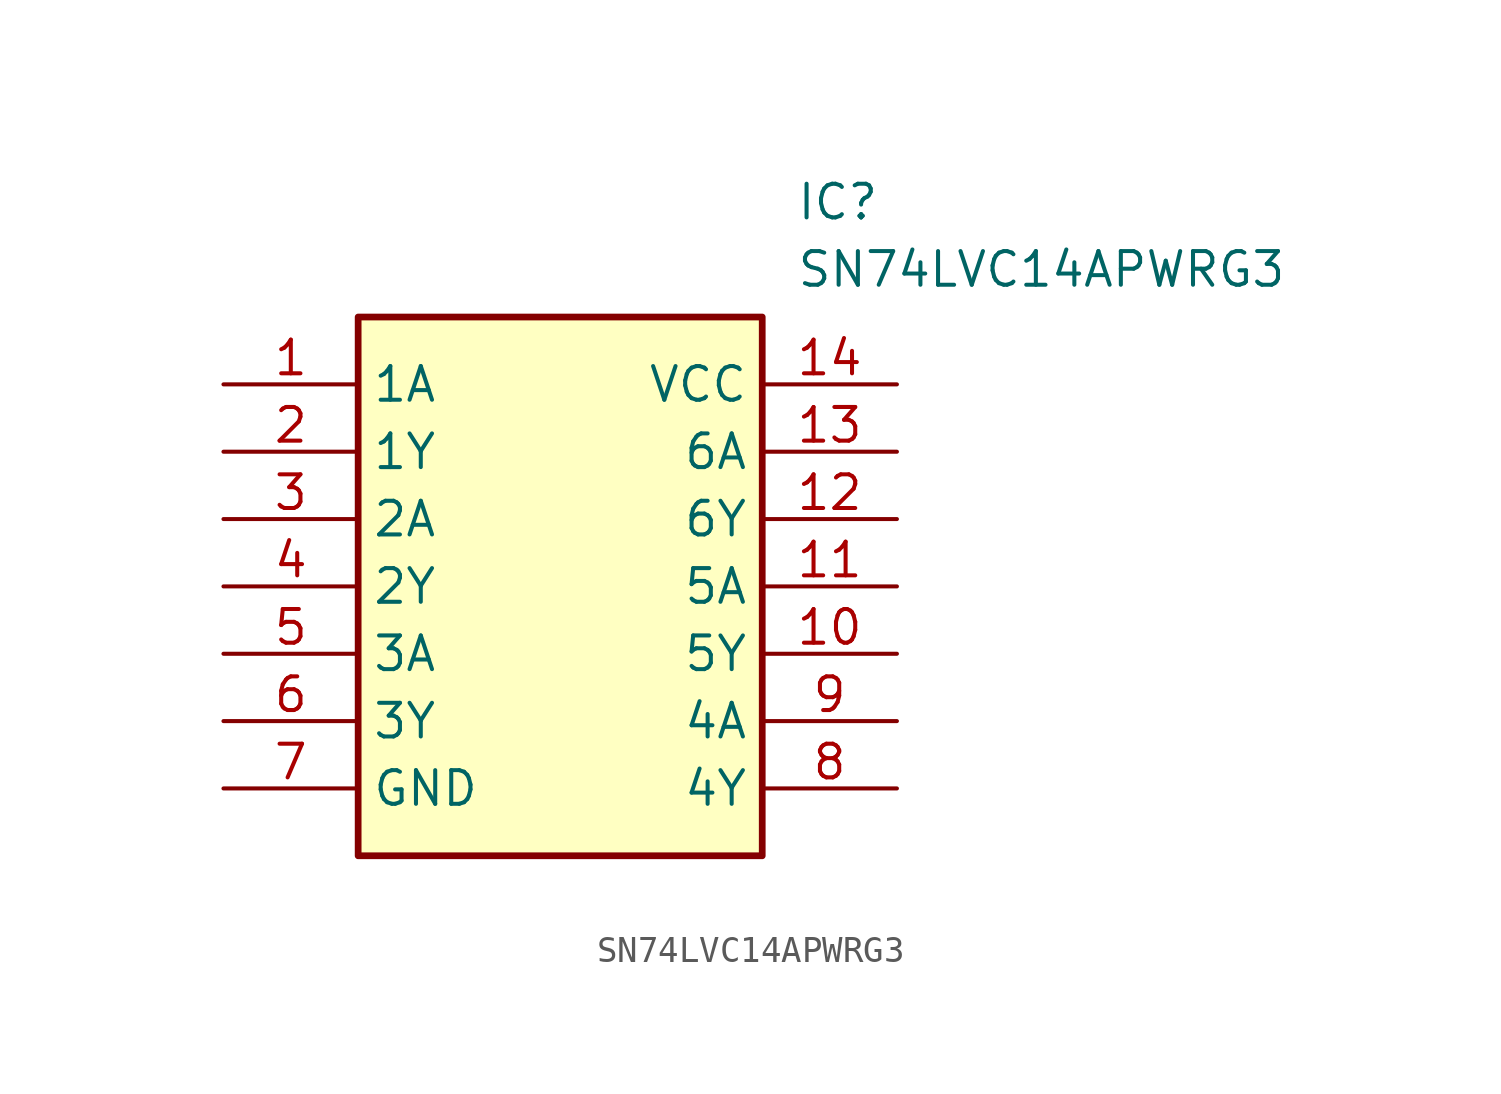
<source format=kicad_sym>
(kicad_symbol_lib
  (version 20211014)
  (generator SamacSys_ECAD_Model)
  (symbol "SN74LVC14APWRG3"
    (property "Reference" "IC"
      (at 21.59 7.62 0)
      (effects (font (size 1.27 1.27)) (justify left top)))
    (property "Value" "SN74LVC14APWRG3"
      (at 21.59 5.08 0)
      (effects (font (size 1.27 1.27)) (justify left top)))
    (rectangle
      (start 5.08 2.54)
      (end 20.32 -17.78)
      (stroke (width 0.254) (type default))
      (fill (type background)))
    (pin passive line
      (at 0 0 0)
      (length 5.08)
      (name "1A" (effects (font (size 1.27 1.27))))
      (number "1" (effects (font (size 1.27 1.27)))))
    (pin passive line
      (at 0 -2.54 0)
      (length 5.08)
      (name "1Y" (effects (font (size 1.27 1.27))))
      (number "2" (effects (font (size 1.27 1.27)))))
    (pin passive line
      (at 0 -5.08 0)
      (length 5.08)
      (name "2A" (effects (font (size 1.27 1.27))))
      (number "3" (effects (font (size 1.27 1.27)))))
    (pin passive line
      (at 0 -7.62 0)
      (length 5.08)
      (name "2Y" (effects (font (size 1.27 1.27))))
      (number "4" (effects (font (size 1.27 1.27)))))
    (pin passive line
      (at 0 -10.16 0)
      (length 5.08)
      (name "3A" (effects (font (size 1.27 1.27))))
      (number "5" (effects (font (size 1.27 1.27)))))
    (pin passive line
      (at 0 -12.7 0)
      (length 5.08)
      (name "3Y" (effects (font (size 1.27 1.27))))
      (number "6" (effects (font (size 1.27 1.27)))))
    (pin passive line
      (at 0 -15.24 0)
      (length 5.08)
      (name "GND" (effects (font (size 1.27 1.27))))
      (number "7" (effects (font (size 1.27 1.27)))))
    (pin passive line
      (at 25.4 0 180)
      (length 5.08)
      (name "VCC" (effects (font (size 1.27 1.27))))
      (number "14" (effects (font (size 1.27 1.27)))))
    (pin passive line
      (at 25.4 -2.54 180)
      (length 5.08)
      (name "6A" (effects (font (size 1.27 1.27))))
      (number "13" (effects (font (size 1.27 1.27)))))
    (pin passive line
      (at 25.4 -5.08 180)
      (length 5.08)
      (name "6Y" (effects (font (size 1.27 1.27))))
      (number "12" (effects (font (size 1.27 1.27)))))
    (pin passive line
      (at 25.4 -7.62 180)
      (length 5.08)
      (name "5A" (effects (font (size 1.27 1.27))))
      (number "11" (effects (font (size 1.27 1.27)))))
    (pin passive line
      (at 25.4 -10.16 180)
      (length 5.08)
      (name "5Y" (effects (font (size 1.27 1.27))))
      (number "10" (effects (font (size 1.27 1.27)))))
    (pin passive line
      (at 25.4 -12.7 180)
      (length 5.08)
      (name "4A" (effects (font (size 1.27 1.27))))
      (number "9" (effects (font (size 1.27 1.27)))))
    (pin passive line
      (at 25.4 -15.24 180)
      (length 5.08)
      (name "4Y" (effects (font (size 1.27 1.27))))
      (number "8" (effects (font (size 1.27 1.27)))))))
</source>
